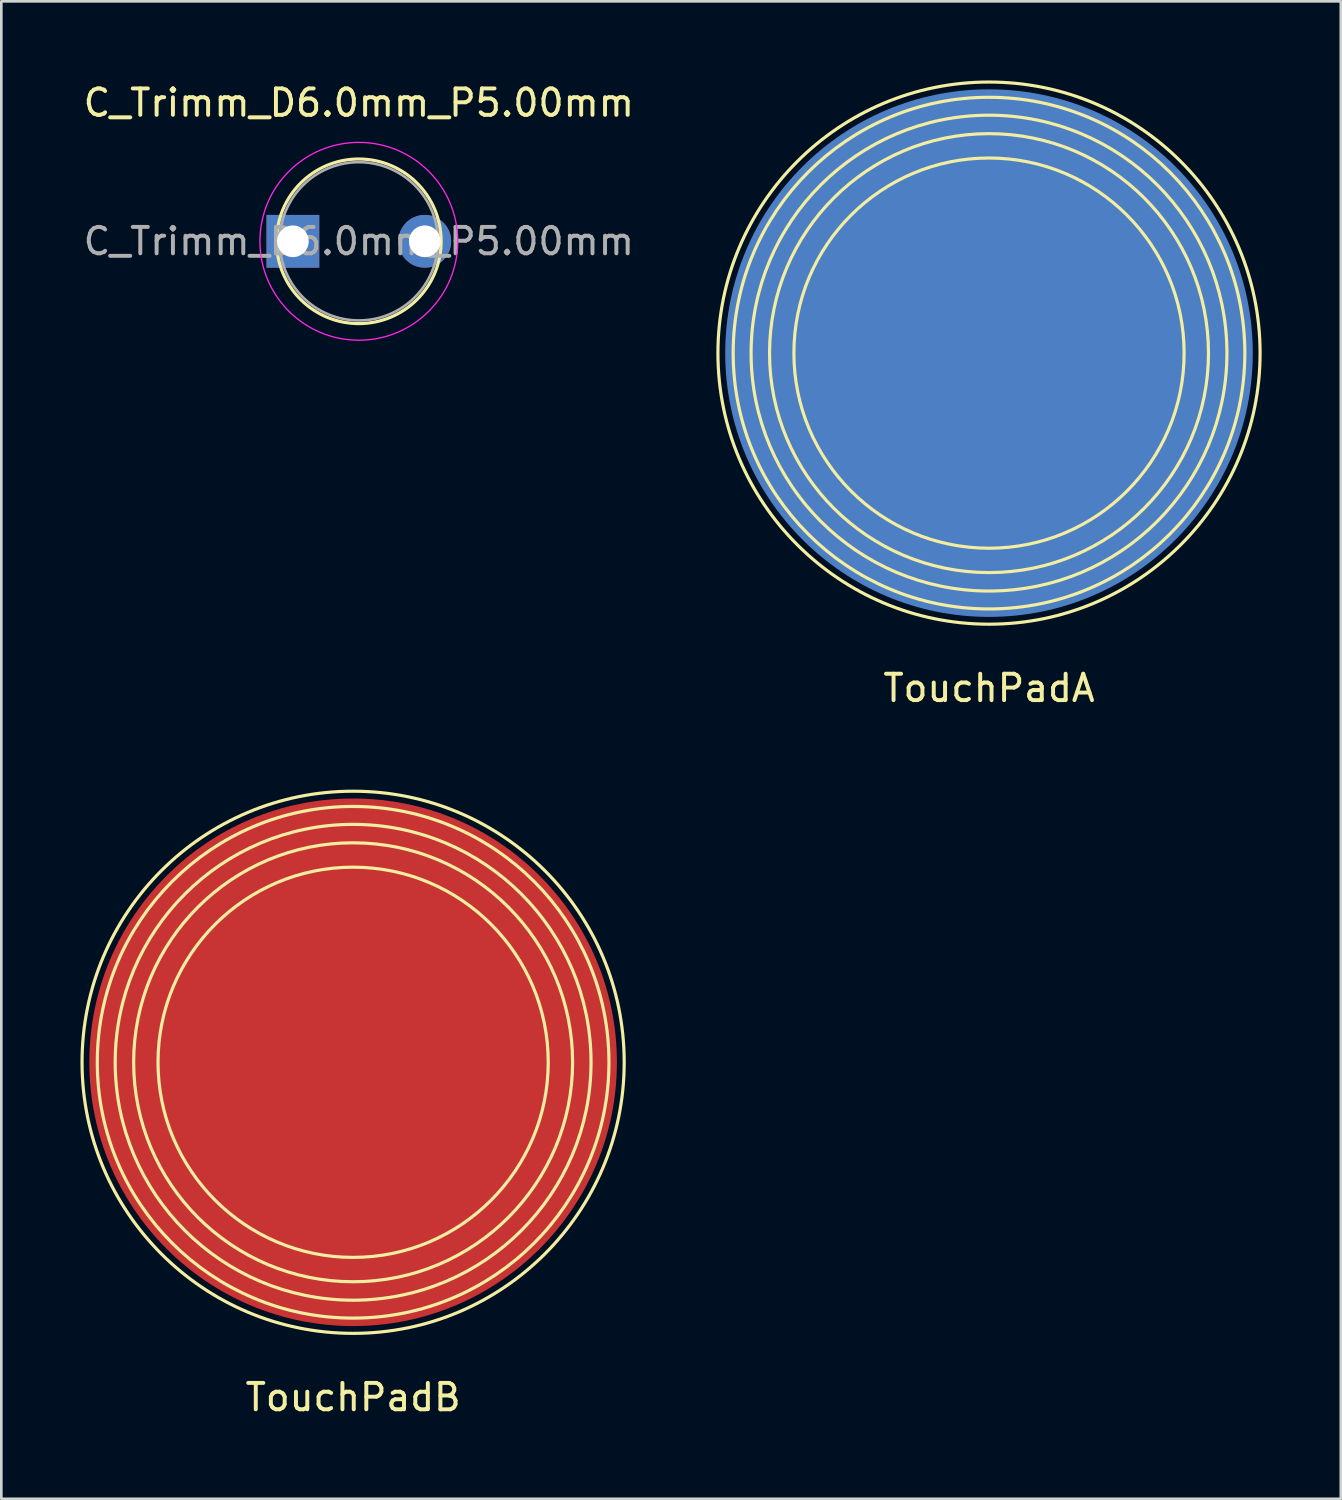
<source format=kicad_pcb>
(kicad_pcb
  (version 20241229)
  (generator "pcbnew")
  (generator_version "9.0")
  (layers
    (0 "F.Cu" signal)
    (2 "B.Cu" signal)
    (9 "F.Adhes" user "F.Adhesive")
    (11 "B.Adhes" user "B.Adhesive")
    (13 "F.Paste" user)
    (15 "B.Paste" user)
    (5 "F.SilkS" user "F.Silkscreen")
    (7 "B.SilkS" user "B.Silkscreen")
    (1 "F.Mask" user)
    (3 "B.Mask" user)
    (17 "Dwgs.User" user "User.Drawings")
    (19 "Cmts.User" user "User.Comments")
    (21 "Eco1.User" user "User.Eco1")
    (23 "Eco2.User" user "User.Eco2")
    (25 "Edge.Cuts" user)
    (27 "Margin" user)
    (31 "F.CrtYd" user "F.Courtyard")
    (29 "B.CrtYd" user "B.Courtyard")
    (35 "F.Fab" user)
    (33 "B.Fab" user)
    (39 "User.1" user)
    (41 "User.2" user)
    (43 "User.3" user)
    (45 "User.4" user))
  (footprint "TouchPadB"
    (layer "F.Cu")
    (at 10.337 37.222)
    (property "Reference" "TouchPadB" (at 0 12.7 0) (layer "F.SilkS") (effects (font (size 1 1) (thickness 0.15))))
    (attr through_hole)
    (fp_circle (center 0 0) (end -7.874 -6.604) (stroke (width 0.12) (type solid)) (fill no) (layer "F.SilkS"))
    (fp_circle (center 0 0) (end -6.858 -6.858) (stroke (width 0.12) (type solid)) (fill no) (layer "F.SilkS"))
    (fp_circle (center 0 0) (end -4.826 -7.62) (stroke (width 0.12) (type solid)) (fill no) (layer "F.SilkS"))
    (fp_circle (center 0 0) (end -4.318 -7.112) (stroke (width 0.12) (type solid)) (fill no) (layer "F.SilkS"))
    (fp_circle (center 0 0) (end -2.032 -7.112) (stroke (width 0.12) (type solid)) (fill no) (layer "F.SilkS"))
    (pad "1" smd circle (at 0 0) (size 20 20) (layers "F.Cu")))
  (footprint "TouchPadA"
    (layer "F.Cu")
    (at 34.444 10.337)
    (property "Reference" "TouchPadA" (at 0 12.7 0) (layer "F.SilkS") (effects (font (size 1 1) (thickness 0.15))))
    (attr through_hole)
    (fp_circle (center 0 0) (end -7.874 -6.604) (stroke (width 0.12) (type solid)) (fill no) (layer "F.SilkS"))
    (fp_circle (center 0 0) (end -6.858 -6.858) (stroke (width 0.12) (type solid)) (fill no) (layer "F.SilkS"))
    (fp_circle (center 0 0) (end -4.826 -7.62) (stroke (width 0.12) (type solid)) (fill no) (layer "F.SilkS"))
    (fp_circle (center 0 0) (end -4.318 -7.112) (stroke (width 0.12) (type solid)) (fill no) (layer "F.SilkS"))
    (fp_circle (center 0 0) (end -2.032 -7.112) (stroke (width 0.12) (type solid)) (fill no) (layer "F.SilkS"))
    (pad "1" smd circle (at 0 0) (size 20 20) (layers "B.Cu")))
  (footprint "C_Trimm_D6.0mm_P5.00mm"
    (layer "F.Cu")
    (at 8.054 6.098)
    (property "Reference" "C_Trimm_D6.0mm_P5.00mm" (at 2.5 -5.25 0) (layer "F.SilkS") (effects (font (size 1 1) (thickness 0.15))))
    (attr through_hole)
    (fp_circle (center 2.5 0) (end 5.62 0) (stroke (width 0.12) (type solid)) (fill no) (layer "F.SilkS"))
    (fp_circle (center 2.5 0) (end 6.25 0) (stroke (width 0.05) (type solid)) (fill no) (layer "F.CrtYd"))
    (fp_circle (center 2.5 0) (end 5.5 0) (stroke (width 0.1) (type solid)) (fill no) (layer "F.Fab"))
    (fp_text user "${REFERENCE}" (at 2.5 0 0) (layer "F.Fab") (effects (font (size 1 1) (thickness 0.15))))
    (pad "1" thru_hole rect (at 0 0) (size 2 2) (drill 1.2) (layers "*.Cu" "*.Mask"))
    (pad "2" thru_hole circle (at 5 0) (size 2 2) (drill 1.2) (layers "*.Cu" "*.Mask")))
  (gr_rect
    (start -3 -3)
    (end 47.781 53.77)
    (stroke (width 0.1) (type default))
    (fill no)
    (layer "Edge.Cuts")))
</source>
